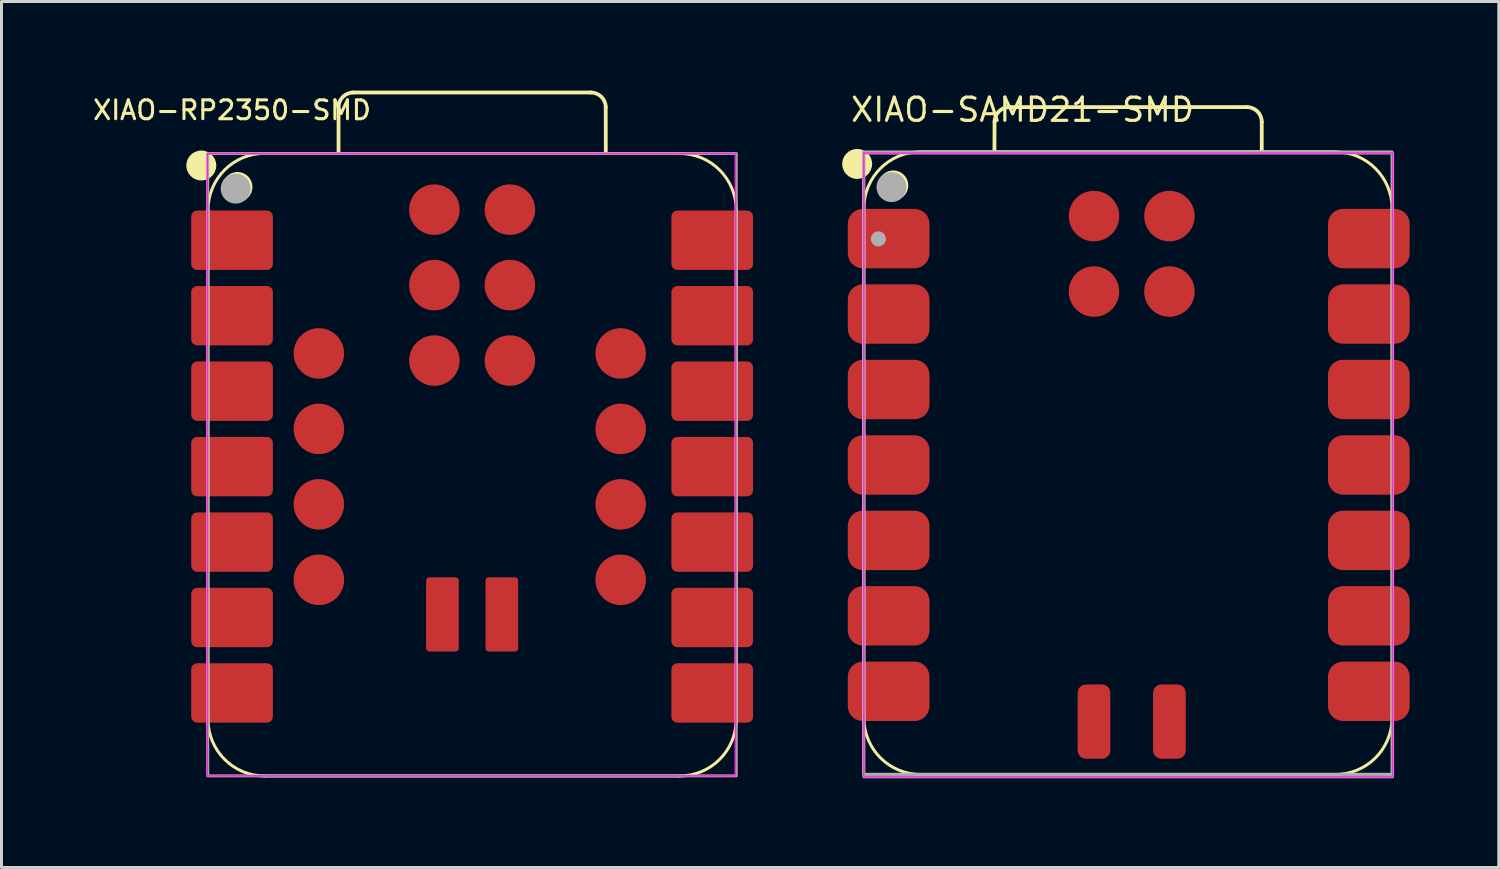
<source format=kicad_pcb>
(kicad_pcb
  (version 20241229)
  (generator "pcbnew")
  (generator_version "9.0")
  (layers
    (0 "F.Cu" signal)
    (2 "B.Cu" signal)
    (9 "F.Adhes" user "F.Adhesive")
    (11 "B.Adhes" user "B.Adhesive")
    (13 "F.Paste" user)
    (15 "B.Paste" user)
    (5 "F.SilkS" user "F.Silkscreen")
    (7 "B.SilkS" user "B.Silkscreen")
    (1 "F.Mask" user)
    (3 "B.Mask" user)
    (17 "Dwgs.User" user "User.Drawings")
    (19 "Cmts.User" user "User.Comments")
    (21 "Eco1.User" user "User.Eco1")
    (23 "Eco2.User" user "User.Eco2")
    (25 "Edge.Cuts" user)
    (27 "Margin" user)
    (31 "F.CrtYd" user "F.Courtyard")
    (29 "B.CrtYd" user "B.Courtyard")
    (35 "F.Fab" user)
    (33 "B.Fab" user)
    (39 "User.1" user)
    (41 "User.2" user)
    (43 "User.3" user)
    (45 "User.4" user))
  (footprint "XIAO-SAMD21-SMD"
    (layer "F.Cu")
    (at 34.91 12.307)
    (property "Reference" "XIAO-SAMD21-SMD" (at -9.38 -11.205 0) (layer "F.SilkS") (effects (font (size 0.782 0.782) (thickness 0.107)) (justify left bottom)))
    (fp_line (start -8.879 8.808) (end -8.879 -8.337) (stroke (width 0.1) (type solid)) (layer "F.SilkS"))
    (fp_line (start -6.974 10.713) (end 6.996 10.713) (stroke (width 0.1) (type solid)) (layer "F.SilkS"))
    (fp_line (start -4.484 -10.242) (end -4.48 -11.253) (stroke (width 0.127) (type solid)) (layer "F.SilkS"))
    (fp_line (start -3.98 -11.752) (end 4.015 -11.752) (stroke (width 0.127) (type solid)) (layer "F.SilkS"))
    (fp_line (start 4.515 -11.252) (end 4.515 -10.242) (stroke (width 0.127) (type solid)) (layer "F.SilkS"))
    (fp_line (start 6.996 -10.242) (end -6.974 -10.242) (stroke (width 0.1) (type solid)) (layer "F.SilkS"))
    (fp_line (start 6.996 -10.242) (end -6.974 -10.242) (stroke (width 0.1) (type solid)) (layer "F.SilkS"))
    (fp_line (start 8.901 8.808) (end 8.901 -8.337) (stroke (width 0.1) (type solid)) (layer "F.SilkS"))
    (fp_arc (start -8.879 -8.3413) (mid -8.321034 -9.688329) (end -6.974 -10.2463) (stroke (width 0.1) (type solid)) (layer "F.SilkS"))
    (fp_arc (start -6.974 10.7127) (mid -8.321038 10.154738) (end -8.879 8.8077) (stroke (width 0.1) (type solid)) (layer "F.SilkS"))
    (fp_arc (start -4.480272 -11.252572) (mid -4.333724 -11.605944) (end -3.980272 -11.7523) (stroke (width 0.127) (type default)) (layer "F.SilkS"))
    (fp_arc (start 4.015 -11.7523) (mid 4.368553 -11.605853) (end 4.515 -11.2523) (stroke (width 0.127) (type default)) (layer "F.SilkS"))
    (fp_arc (start 6.996 -10.2423) (mid 8.343038 -9.684337) (end 8.901 -8.3373) (stroke (width 0.1) (type solid)) (layer "F.SilkS"))
    (fp_arc (start 8.901 8.8077) (mid 8.343038 10.154738) (end 6.996 10.7127) (stroke (width 0.1) (type solid)) (layer "F.SilkS"))
    (fp_circle (center -9.105 -9.838) (end -9.105 -10.092) (stroke (width 0.5) (type solid)) (fill yes) (layer "F.SilkS"))
    (fp_circle (center -7.888 -9.115) (end -7.888 -9.369) (stroke (width 0.5) (type solid)) (fill yes) (layer "F.SilkS"))
    (fp_rect (start 8.92 10.795) (end -8.88 -10.205) (stroke (width 0.05) (type default)) (fill no) (layer "F.CrtYd"))
    (fp_rect (start -8.889 -10.241) (end 8.901 10.709) (stroke (width 0.1) (type default)) (fill no) (layer "F.Fab"))
    (fp_rect (start -8.88 -10.205) (end 8.92 10.795) (stroke (width 0.1) (type default)) (fill no) (layer "F.Fab"))
    (fp_circle (center -8.39 -7.315) (end -8.263 -7.315) (stroke (width 0.254) (type solid)) (fill no) (layer "F.Fab"))
    (fp_circle (center -7.95 -9.058) (end -7.95 -9.312) (stroke (width 0.5) (type solid)) (fill no) (layer "F.Fab"))
    (pad "1" smd roundrect (at -8.045 -7.325) (size 2.75 2) (layers "F.Cu" "F.Mask" "F.Paste") (roundrect_rratio 0.25))
    (pad "2" smd roundrect (at -8.045 -4.785) (size 2.75 2) (layers "F.Cu" "F.Mask" "F.Paste") (roundrect_rratio 0.25))
    (pad "3" smd roundrect (at -8.045 -2.245) (size 2.75 2) (layers "F.Cu" "F.Mask" "F.Paste") (roundrect_rratio 0.25))
    (pad "4" smd roundrect (at -8.045 0.295) (size 2.75 2) (layers "F.Cu" "F.Mask" "F.Paste") (roundrect_rratio 0.25))
    (pad "5" smd roundrect (at -8.045 2.835) (size 2.75 2) (layers "F.Cu" "F.Mask" "F.Paste") (roundrect_rratio 0.25))
    (pad "6" smd roundrect (at -8.045 5.375) (size 2.75 2) (layers "F.Cu" "F.Mask" "F.Paste") (roundrect_rratio 0.25))
    (pad "7" smd roundrect (at -8.045 7.915) (size 2.75 2) (layers "F.Cu" "F.Mask" "F.Paste") (roundrect_rratio 0.25))
    (pad "8" smd roundrect (at 8.12 7.915) (size 2.75 2) (layers "F.Cu" "F.Mask" "F.Paste") (roundrect_rratio 0.25))
    (pad "9" smd roundrect (at 8.12 5.375) (size 2.75 2) (layers "F.Cu" "F.Mask" "F.Paste") (roundrect_rratio 0.25))
    (pad "10" smd roundrect (at 8.12 2.835) (size 2.75 2) (layers "F.Cu" "F.Mask" "F.Paste") (roundrect_rratio 0.25))
    (pad "11" smd roundrect (at 8.12 0.295) (size 2.75 2) (layers "F.Cu" "F.Mask" "F.Paste") (roundrect_rratio 0.25))
    (pad "12" smd roundrect (at 8.12 -2.245) (size 2.75 2) (layers "F.Cu" "F.Mask" "F.Paste") (roundrect_rratio 0.25))
    (pad "13" smd roundrect (at 8.12 -4.785) (size 2.75 2) (layers "F.Cu" "F.Mask" "F.Paste") (roundrect_rratio 0.25))
    (pad "14" smd roundrect (at 8.12 -7.325) (size 2.75 2) (layers "F.Cu" "F.Mask" "F.Paste") (roundrect_rratio 0.25))
    (pad "15" smd roundrect (at -1.133 8.935 90) (size 2.5 1.1) (layers "F.Cu" "F.Mask" "F.Paste") (roundrect_rratio 0.25))
    (pad "16" smd roundrect (at 1.407 8.935 90) (size 2.5 1.1) (layers "F.Cu" "F.Mask" "F.Paste") (roundrect_rratio 0.25))
    (pad "17" smd circle (at -1.133 -8.083) (size 1.7 1.7) (layers "F.Cu" "F.Mask" "F.Paste"))
    (pad "18" smd circle (at 1.407 -8.083) (size 1.7 1.7) (layers "F.Cu" "F.Mask" "F.Paste"))
    (pad "19" smd circle (at -1.133 -5.543) (size 1.7 1.7) (layers "F.Cu" "F.Mask" "F.Paste"))
    (pad "20" smd circle (at 1.407 -5.543) (size 1.7 1.7) (layers "F.Cu" "F.Mask" "F.Paste")))
  (footprint "XIAO-RP2350-SMD"
    (layer "F.Cu")
    (at 12.761 12.658)
    (property "Reference" "XIAO-RP2350-SMD" (at -8 -12 0) (unlocked yes) (layer "F.SilkS") (effects (font (size 0.635 0.635) (thickness 0.102))))
    (attr smd)
    (fp_line (start -8.807 8.509) (end -8.807 -8.636) (stroke (width 0.1) (type solid)) (layer "F.SilkS"))
    (fp_line (start -6.902 10.414) (end 7.067 10.414) (stroke (width 0.1) (type solid)) (layer "F.SilkS"))
    (fp_line (start -4.415 -10.553) (end -4.415 -12.094) (stroke (width 0.127) (type solid)) (layer "F.SilkS"))
    (fp_line (start -3.915 -12.594) (end 4.08 -12.594) (stroke (width 0.127) (type solid)) (layer "F.SilkS"))
    (fp_line (start 4.58 -12.094) (end 4.582 -10.55) (stroke (width 0.127) (type solid)) (layer "F.SilkS"))
    (fp_line (start 7.067 -10.541) (end -6.902 -10.541) (stroke (width 0.1) (type solid)) (layer "F.SilkS"))
    (fp_line (start 8.973 8.509) (end 8.973 -8.636) (stroke (width 0.1) (type solid)) (layer "F.SilkS"))
    (fp_arc (start -8.8075 -8.64) (mid -8.249538 -9.987038) (end -6.9025 -10.545) (stroke (width 0.1) (type solid)) (layer "F.SilkS"))
    (fp_arc (start -6.9025 10.414) (mid -8.249538 9.856038) (end -8.8075 8.509) (stroke (width 0.1) (type solid)) (layer "F.SilkS"))
    (fp_arc (start -4.414784 -12.094284) (mid -4.268207 -12.447619) (end -3.914784 -12.594012) (stroke (width 0.127) (type default)) (layer "F.SilkS"))
    (fp_arc (start 4.080488 -12.594012) (mid 4.434053 -12.44757) (end 4.580488 -12.094012) (stroke (width 0.127) (type default)) (layer "F.SilkS"))
    (fp_arc (start 7.0675 -10.541) (mid 8.414538 -9.983038) (end 8.9725 -8.636) (stroke (width 0.1) (type solid)) (layer "F.SilkS"))
    (fp_arc (start 8.9725 8.509) (mid 8.414538 9.856038) (end 7.0675 10.414) (stroke (width 0.1) (type solid)) (layer "F.SilkS"))
    (fp_circle (center -9.034 -10.137) (end -9.034 -10.391) (stroke (width 0.5) (type solid)) (fill yes) (layer "F.SilkS"))
    (fp_circle (center -7.817 -9.414) (end -7.817 -9.668) (stroke (width 0.5) (type solid)) (fill yes) (layer "F.SilkS"))
    (fp_rect (start -8.828 -10.54) (end 8.953 10.41) (stroke (width 0.05) (type default)) (fill no) (layer "F.CrtYd"))
    (fp_rect (start -8.818 -10.54) (end 8.973 10.41) (stroke (width 0.1) (type default)) (fill no) (layer "F.Fab"))
    (fp_circle (center -7.878 -9.357) (end -7.878 -9.611) (stroke (width 0.5) (type solid)) (fill no) (layer "F.Fab"))
    (pad "1" smd roundrect (at -8 -7.62 180) (size 2.75 2) (layers "F.Cu" "F.Mask" "F.Paste") (roundrect_rratio 0.1))
    (pad "2" smd roundrect (at -8 -5.08 180) (size 2.75 2) (layers "F.Cu" "F.Mask" "F.Paste") (roundrect_rratio 0.1))
    (pad "3" smd roundrect (at -8 -2.54 180) (size 2.75 2) (layers "F.Cu" "F.Mask" "F.Paste") (roundrect_rratio 0.1))
    (pad "4" smd roundrect (at -8 0 180) (size 2.75 2) (layers "F.Cu" "F.Mask" "F.Paste") (roundrect_rratio 0.1))
    (pad "5" smd roundrect (at -8 2.54 180) (size 2.75 2) (layers "F.Cu" "F.Mask" "F.Paste") (roundrect_rratio 0.1))
    (pad "6" smd roundrect (at -8 5.08 180) (size 2.75 2) (layers "F.Cu" "F.Mask" "F.Paste") (roundrect_rratio 0.1))
    (pad "7" smd roundrect (at -8 7.62 180) (size 2.75 2) (layers "F.Cu" "F.Mask" "F.Paste") (roundrect_rratio 0.1))
    (pad "8" smd roundrect (at 8.165 7.62) (size 2.75 2) (layers "F.Cu" "F.Mask" "F.Paste") (roundrect_rratio 0.1))
    (pad "9" smd roundrect (at 8.165 5.08) (size 2.75 2) (layers "F.Cu" "F.Mask" "F.Paste") (roundrect_rratio 0.1))
    (pad "10" smd roundrect (at 8.165 2.54) (size 2.75 2) (layers "F.Cu" "F.Mask" "F.Paste") (roundrect_rratio 0.1))
    (pad "11" smd roundrect (at 8.165 0) (size 2.75 2) (layers "F.Cu" "F.Mask" "F.Paste") (roundrect_rratio 0.1))
    (pad "12" smd roundrect (at 8.165 -2.54) (size 2.75 2) (layers "F.Cu" "F.Mask" "F.Paste") (roundrect_rratio 0.1))
    (pad "13" smd roundrect (at 8.165 -5.08) (size 2.75 2) (layers "F.Cu" "F.Mask" "F.Paste") (roundrect_rratio 0.1))
    (pad "14" smd roundrect (at 8.165 -7.62) (size 2.75 2) (layers "F.Cu" "F.Mask" "F.Paste") (roundrect_rratio 0.1))
    (pad "15" smd circle (at 5.083 -3.81 180) (size 1.7 1.7) (layers "F.Cu" "F.Mask" "F.Paste"))
    (pad "16" smd circle (at 5.083 -1.27 180) (size 1.7 1.7) (layers "F.Cu" "F.Mask" "F.Paste"))
    (pad "17" smd circle (at 5.083 1.27 180) (size 1.7 1.7) (layers "F.Cu" "F.Mask" "F.Paste"))
    (pad "18" smd circle (at 5.083 3.81 180) (size 1.7 1.7) (layers "F.Cu" "F.Mask" "F.Paste"))
    (pad "19" smd circle (at -5.077 3.81 180) (size 1.7 1.7) (layers "F.Cu" "F.Mask" "F.Paste"))
    (pad "20" smd circle (at -5.077 1.27 180) (size 1.7 1.7) (layers "F.Cu" "F.Mask" "F.Paste"))
    (pad "21" smd circle (at -5.077 -1.27 180) (size 1.7 1.7) (layers "F.Cu" "F.Mask" "F.Paste"))
    (pad "22" smd circle (at -5.077 -3.81 180) (size 1.7 1.7) (layers "F.Cu" "F.Mask" "F.Paste"))
    (pad "23" smd circle (at -1.188 -8.65 180) (size 1.7 1.7) (layers "F.Cu" "F.Mask" "F.Paste"))
    (pad "24" smd circle (at -1.188 -6.11 180) (size 1.7 1.7) (layers "F.Cu" "F.Mask" "F.Paste"))
    (pad "25" smd circle (at -1.188 -3.57 180) (size 1.7 1.7) (layers "F.Cu" "F.Mask" "F.Paste"))
    (pad "26" smd circle (at 1.353 -3.57 180) (size 1.7 1.7) (layers "F.Cu" "F.Mask" "F.Paste"))
    (pad "27" smd circle (at 1.353 -6.11 180) (size 1.7 1.7) (layers "F.Cu" "F.Mask" "F.Paste"))
    (pad "28" smd circle (at 1.353 -8.65 180) (size 1.7 1.7) (layers "F.Cu" "F.Mask" "F.Paste"))
    (pad "29" smd roundrect (at -0.917 4.975 270) (size 2.5 1.1) (layers "F.Cu" "F.Mask" "F.Paste") (roundrect_rratio 0.1))
    (pad "30" smd roundrect (at 1.083 4.975 270) (size 2.5 1.1) (layers "F.Cu" "F.Mask" "F.Paste") (roundrect_rratio 0.1)))
  (gr_rect
    (start -3 -3)
    (end 47.405 26.152)
    (stroke (width 0.1) (type default))
    (fill no)
    (layer "Edge.Cuts")))
</source>
